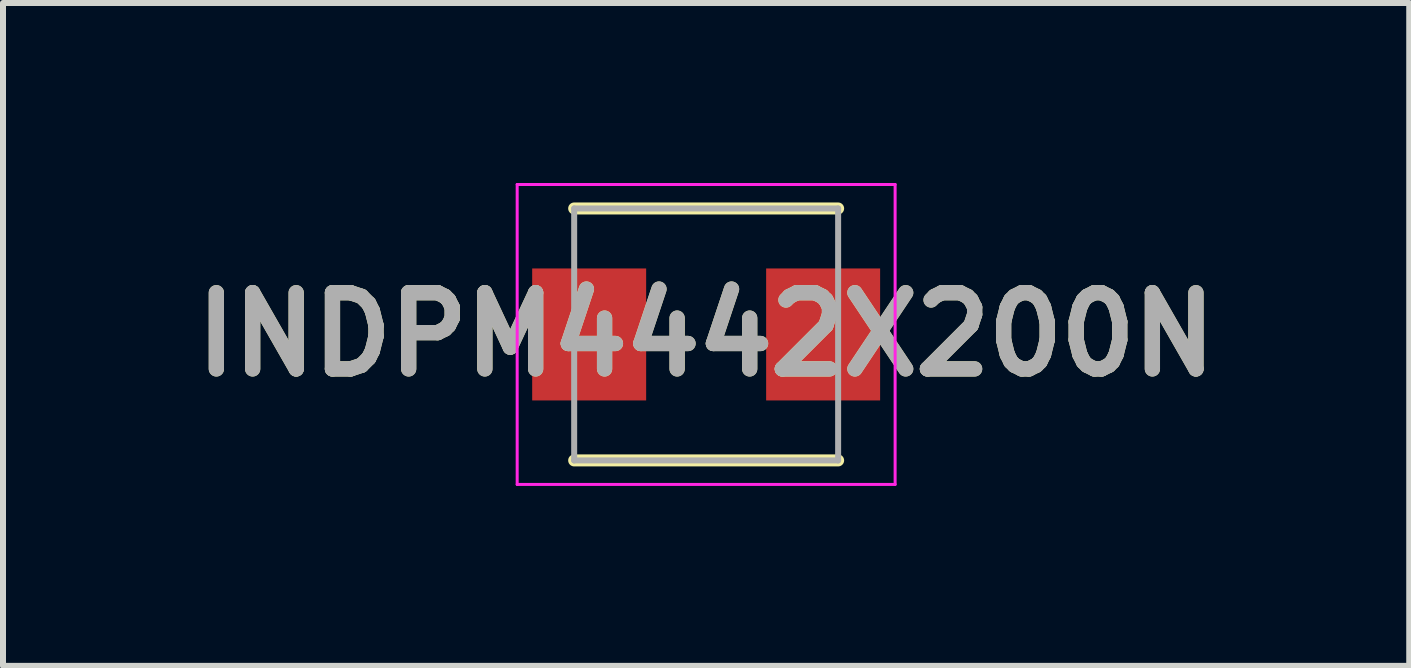
<source format=kicad_pcb>
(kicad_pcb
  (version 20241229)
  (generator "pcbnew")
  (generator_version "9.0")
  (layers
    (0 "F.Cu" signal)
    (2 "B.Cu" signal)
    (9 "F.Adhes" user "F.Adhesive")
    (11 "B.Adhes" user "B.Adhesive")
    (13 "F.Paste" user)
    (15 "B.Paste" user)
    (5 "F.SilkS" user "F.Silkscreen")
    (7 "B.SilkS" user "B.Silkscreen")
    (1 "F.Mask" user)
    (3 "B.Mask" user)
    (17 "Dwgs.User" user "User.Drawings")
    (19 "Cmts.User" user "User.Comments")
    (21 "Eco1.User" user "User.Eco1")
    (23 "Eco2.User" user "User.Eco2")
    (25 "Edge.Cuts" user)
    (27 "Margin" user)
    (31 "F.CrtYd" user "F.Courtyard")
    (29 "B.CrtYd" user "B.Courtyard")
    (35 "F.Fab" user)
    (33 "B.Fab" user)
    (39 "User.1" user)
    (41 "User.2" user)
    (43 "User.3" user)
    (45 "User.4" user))
  (footprint "INDPM4442X200N"
    (layer "F.Cu")
    (at 8.721 2.525)
    (property "Reference" "INDPM4442X200N" (at 0 0 0) (layer "F.SilkS") (effects (font (size 1.27 1.27) (thickness 0.254))))
    (attr smd)
    (fp_line (start -2.2 2.1) (end 2.2 2.1) (stroke (width 0.2) (type solid)) (layer "F.SilkS"))
    (fp_line (start 2.2 -2.1) (end -2.2 -2.1) (stroke (width 0.2) (type solid)) (layer "F.SilkS"))
    (fp_line (start -3.15 -2.5) (end 3.15 -2.5) (stroke (width 0.05) (type solid)) (layer "F.CrtYd"))
    (fp_line (start -3.15 2.5) (end -3.15 -2.5) (stroke (width 0.05) (type solid)) (layer "F.CrtYd"))
    (fp_line (start 3.15 -2.5) (end 3.15 2.5) (stroke (width 0.05) (type solid)) (layer "F.CrtYd"))
    (fp_line (start 3.15 2.5) (end -3.15 2.5) (stroke (width 0.05) (type solid)) (layer "F.CrtYd"))
    (fp_line (start -2.2 -2.1) (end 2.2 -2.1) (stroke (width 0.1) (type solid)) (layer "F.Fab"))
    (fp_line (start -2.2 2.1) (end -2.2 -2.1) (stroke (width 0.1) (type solid)) (layer "F.Fab"))
    (fp_line (start 2.2 -2.1) (end 2.2 2.1) (stroke (width 0.1) (type solid)) (layer "F.Fab"))
    (fp_line (start 2.2 2.1) (end -2.2 2.1) (stroke (width 0.1) (type solid)) (layer "F.Fab"))
    (fp_text user "${REFERENCE}" (at 0 0 0) (layer "F.Fab") (effects (font (size 1.27 1.27) (thickness 0.254))))
    (pad "1" smd rect (at -1.95 0) (size 1.9 2.2) (layers "F.Cu" "F.Mask" "F.Paste"))
    (pad "2" smd rect (at 1.95 0) (size 1.9 2.2) (layers "F.Cu" "F.Mask" "F.Paste")))
  (gr_rect
    (start -3 -3)
    (end 20.441 8.05)
    (stroke (width 0.1) (type default))
    (fill no)
    (layer "Edge.Cuts")))
</source>
